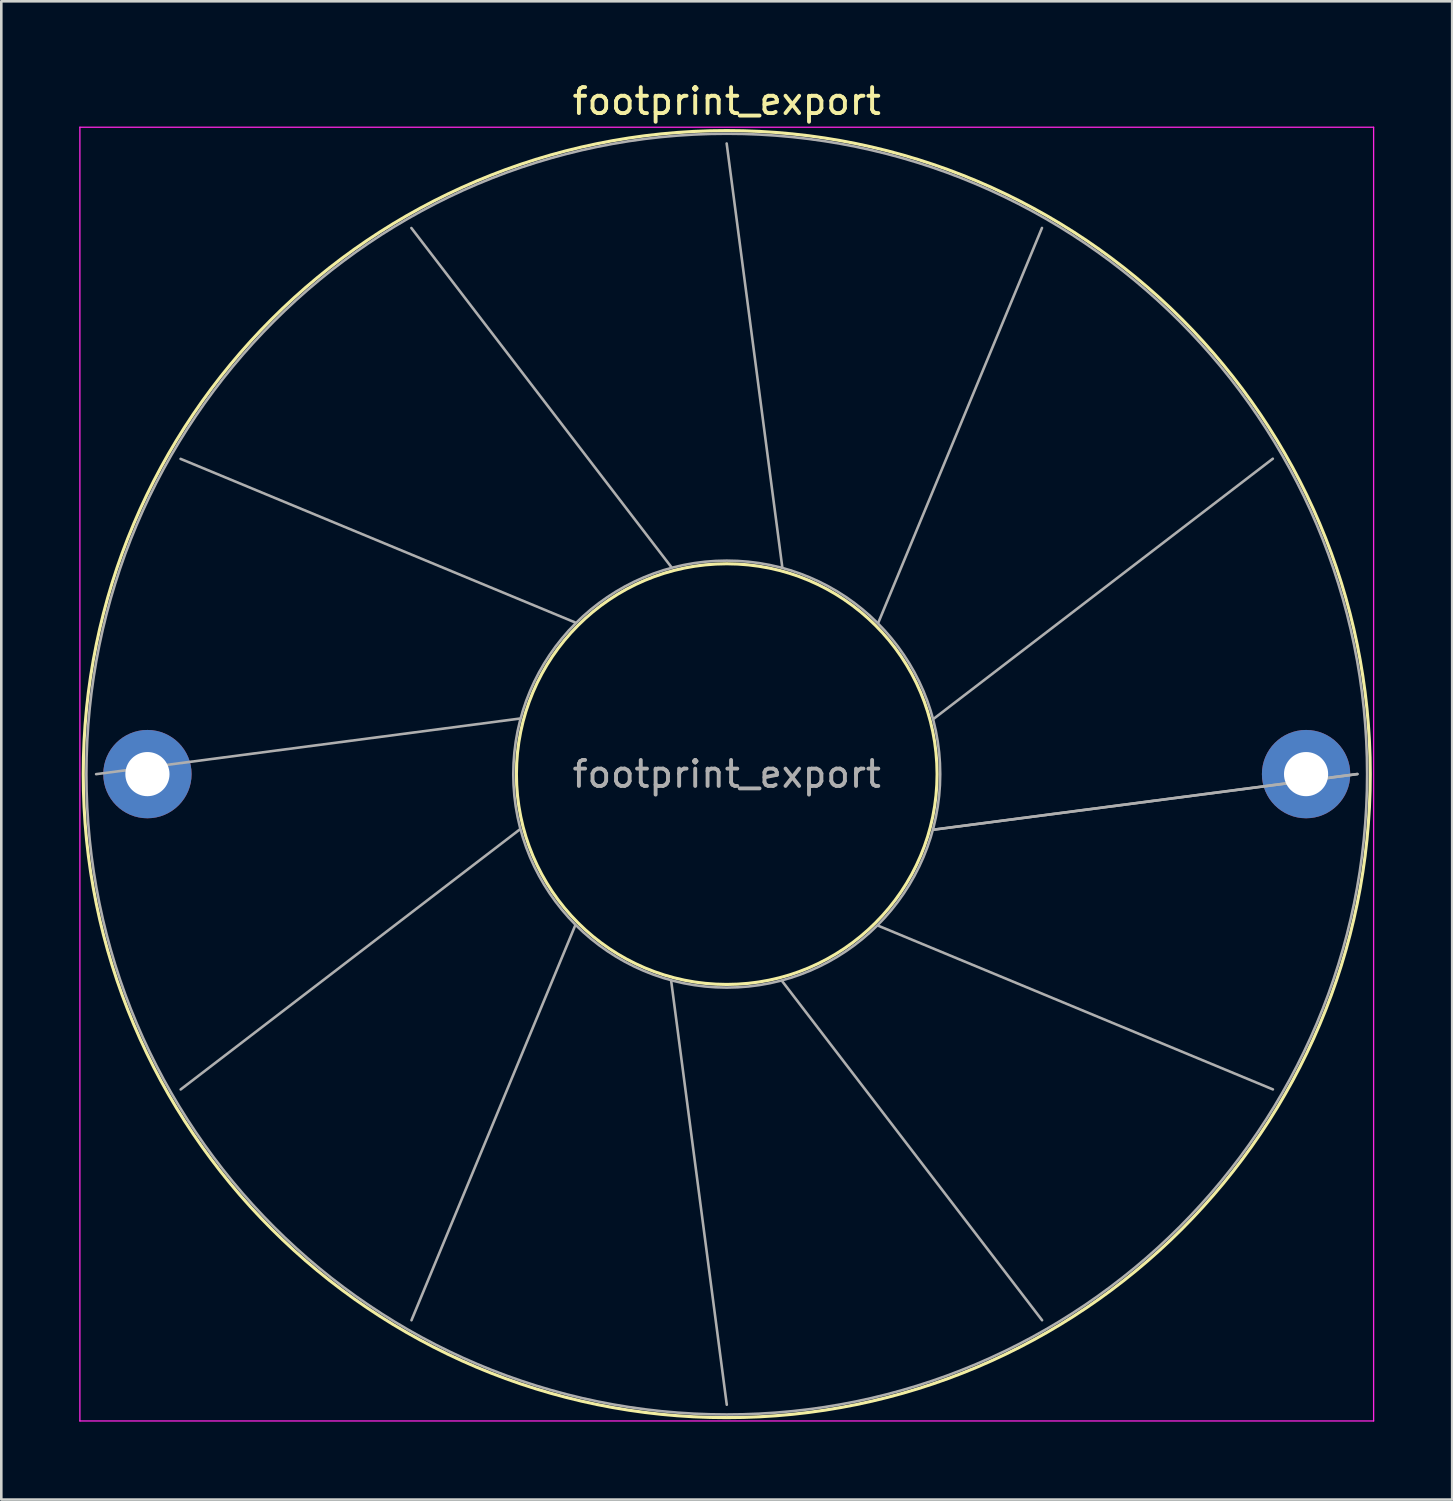
<source format=kicad_pcb>
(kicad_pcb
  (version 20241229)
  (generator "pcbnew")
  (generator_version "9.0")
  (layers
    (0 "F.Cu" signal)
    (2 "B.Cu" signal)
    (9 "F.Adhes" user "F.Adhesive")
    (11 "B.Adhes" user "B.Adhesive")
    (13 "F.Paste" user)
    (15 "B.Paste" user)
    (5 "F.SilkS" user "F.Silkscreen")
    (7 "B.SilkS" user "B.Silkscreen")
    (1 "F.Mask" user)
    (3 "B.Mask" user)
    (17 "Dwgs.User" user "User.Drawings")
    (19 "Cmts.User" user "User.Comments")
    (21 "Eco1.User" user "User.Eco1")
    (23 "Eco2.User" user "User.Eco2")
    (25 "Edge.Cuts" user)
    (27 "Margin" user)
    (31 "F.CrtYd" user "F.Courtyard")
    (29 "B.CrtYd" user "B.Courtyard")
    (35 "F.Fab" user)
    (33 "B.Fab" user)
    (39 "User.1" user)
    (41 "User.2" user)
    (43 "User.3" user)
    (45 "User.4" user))
  (footprint "footprint_export"
    (layer "F.Cu")
    (at 2.625 26.748)
    (property "Reference" "footprint_export" (at 22.3 -25.9 0) (layer "F.SilkS") (effects (font (size 1 1) (thickness 0.15))))
    (attr through_hole)
    (fp_circle (center 22.3 0) (end 30.397 0) (stroke (width 0.12) (type solid)) (fill no) (layer "F.SilkS"))
    (fp_circle (center 22.3 0) (end 47.07 0) (stroke (width 0.12) (type solid)) (fill no) (layer "F.SilkS"))
    (fp_line (start -2.6 -24.9) (end -2.6 24.9) (stroke (width 0.05) (type solid)) (layer "F.CrtYd"))
    (fp_line (start -2.6 24.9) (end 47.2 24.9) (stroke (width 0.05) (type solid)) (layer "F.CrtYd"))
    (fp_line (start 47.2 -24.9) (end -2.6 -24.9) (stroke (width 0.05) (type solid)) (layer "F.CrtYd"))
    (fp_line (start 47.2 24.9) (end 47.2 -24.9) (stroke (width 0.05) (type solid)) (layer "F.CrtYd"))
    (fp_line (start -1.975 0.002) (end 14.323 -2.137) (stroke (width 0.1) (type solid)) (layer "F.Fab"))
    (fp_line (start 1.276 -12.135) (end 16.46 -5.839) (stroke (width 0.1) (type solid)) (layer "F.Fab"))
    (fp_line (start 1.279 12.139) (end 14.323 2.138) (stroke (width 0.1) (type solid)) (layer "F.Fab"))
    (fp_line (start 10.16 -21.021) (end 20.161 -7.977) (stroke (width 0.1) (type solid)) (layer "F.Fab"))
    (fp_line (start 10.164 21.023) (end 16.461 5.84) (stroke (width 0.1) (type solid)) (layer "F.Fab"))
    (fp_line (start 22.297 -24.275) (end 24.436 -7.978) (stroke (width 0.1) (type solid)) (layer "F.Fab"))
    (fp_line (start 22.301 24.275) (end 20.163 7.977) (stroke (width 0.1) (type solid)) (layer "F.Fab"))
    (fp_line (start 34.434 -21.024) (end 28.139 -5.841) (stroke (width 0.1) (type solid)) (layer "F.Fab"))
    (fp_line (start 34.438 21.022) (end 24.438 7.977) (stroke (width 0.1) (type solid)) (layer "F.Fab"))
    (fp_line (start 43.32 -12.141) (end 30.277 -2.139) (stroke (width 0.1) (type solid)) (layer "F.Fab"))
    (fp_line (start 43.323 12.137) (end 28.14 5.84) (stroke (width 0.1) (type solid)) (layer "F.Fab"))
    (fp_line (start 46.575 -0.004) (end 30.278 2.136) (stroke (width 0.1) (type solid)) (layer "F.Fab"))
    (fp_line (start 46.575 0) (end 30.277 2.137) (stroke (width 0.1) (type solid)) (layer "F.Fab"))
    (fp_circle (center 22.3 0) (end 30.517 0) (stroke (width 0.1) (type solid)) (fill no) (layer "F.Fab"))
    (fp_circle (center 22.3 0) (end 46.95 0) (stroke (width 0.1) (type solid)) (fill no) (layer "F.Fab"))
    (fp_text user "${REFERENCE}" (at 22.3 0 0) (layer "F.Fab") (effects (font (size 1 1) (thickness 0.15))))
    (pad "1" thru_hole circle (at 0 0) (size 3.4 3.4) (drill 1.7) (layers "*.Cu" "*.Mask"))
    (pad "2" thru_hole circle (at 44.6 0) (size 3.4 3.4) (drill 1.7) (layers "*.Cu" "*.Mask")))
  (gr_rect
    (start -3 -3)
    (end 52.85 54.673)
    (stroke (width 0.1) (type default))
    (fill no)
    (layer "Edge.Cuts")))
</source>
